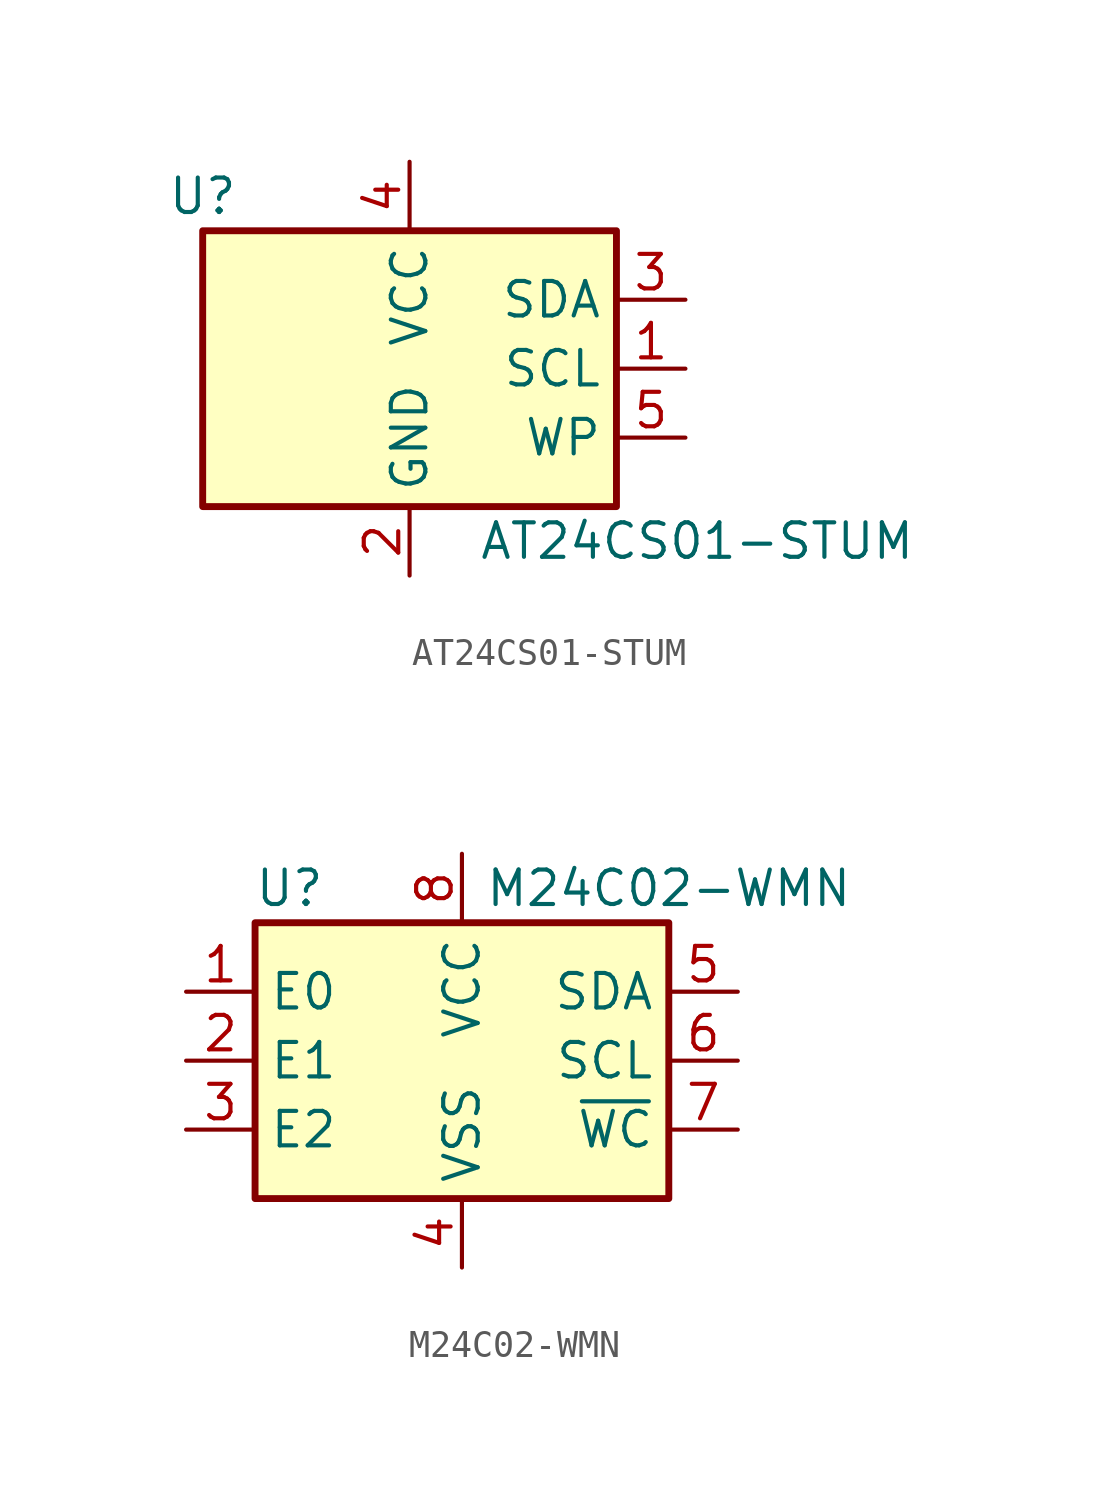
<source format=kicad_sym>
(kicad_symbol_lib
  (version 20220914)
  (generator kicad_symbol_editor)
  (symbol "AT24CS01-STUM"
    (property "Reference" "U"
      (at -7.62 6.35 0)
      (effects (font (size 1.27 1.27))))
    (property "Value" "AT24CS01-STUM"
      (at 2.54 -6.35 0)
      (effects (font (size 1.27 1.27)) (justify left)))
    (symbol "AT24CS01-STUM_1_1"
      (rectangle (start -7.62 5.08) (end 7.62 -5.08) (stroke (width 0.254) (type default)) (fill (type background)))
      (pin input line (at 10.16 0 180) (length 2.54) (name "SCL" (effects (font (size 1.27 1.27)))) (number "1" (effects (font (size 1.27 1.27)))))
      (pin power_in line (at 0 -7.62 90) (length 2.54) (name "GND" (effects (font (size 1.27 1.27)))) (number "2" (effects (font (size 1.27 1.27)))))
      (pin bidirectional line (at 10.16 2.54 180) (length 2.54) (name "SDA" (effects (font (size 1.27 1.27)))) (number "3" (effects (font (size 1.27 1.27)))))
      (pin power_in line (at 0 7.62 270) (length 2.54) (name "VCC" (effects (font (size 1.27 1.27)))) (number "4" (effects (font (size 1.27 1.27)))))
      (pin input line (at 10.16 -2.54 180) (length 2.54) (name "WP" (effects (font (size 1.27 1.27)))) (number "5" (effects (font (size 1.27 1.27)))))))
  (symbol "M24C02-WMN"
    (property "Reference" "U"
      (at -6.35 6.35 0)
      (effects (font (size 1.27 1.27))))
    (property "Value" "M24C02-WMN"
      (at 7.62 6.35 0)
      (effects (font (size 1.27 1.27))))
    (symbol "M24C02-WMN_0_1"
      (rectangle (start -7.62 5.08) (end 7.62 -5.08) (stroke (width 0.254) (type default)) (fill (type background))))
    (symbol "M24C02-WMN_1_1"
      (pin input line (at -10.16 2.54 0) (length 2.54) (name "E0" (effects (font (size 1.27 1.27)))) (number "1" (effects (font (size 1.27 1.27)))))
      (pin input line (at -10.16 0 0) (length 2.54) (name "E1" (effects (font (size 1.27 1.27)))) (number "2" (effects (font (size 1.27 1.27)))))
      (pin input line (at -10.16 -2.54 0) (length 2.54) (name "E2" (effects (font (size 1.27 1.27)))) (number "3" (effects (font (size 1.27 1.27)))))
      (pin power_in line (at 0 -7.62 90) (length 2.54) (name "VSS" (effects (font (size 1.27 1.27)))) (number "4" (effects (font (size 1.27 1.27)))))
      (pin bidirectional line (at 10.16 2.54 180) (length 2.54) (name "SDA" (effects (font (size 1.27 1.27)))) (number "5" (effects (font (size 1.27 1.27)))))
      (pin input line (at 10.16 0 180) (length 2.54) (name "SCL" (effects (font (size 1.27 1.27)))) (number "6" (effects (font (size 1.27 1.27)))))
      (pin input line (at 10.16 -2.54 180) (length 2.54) (name "~{WC}" (effects (font (size 1.27 1.27)))) (number "7" (effects (font (size 1.27 1.27)))))
      (pin power_in line (at 0 7.62 270) (length 2.54) (name "VCC" (effects (font (size 1.27 1.27)))) (number "8" (effects (font (size 1.27 1.27))))))))
</source>
